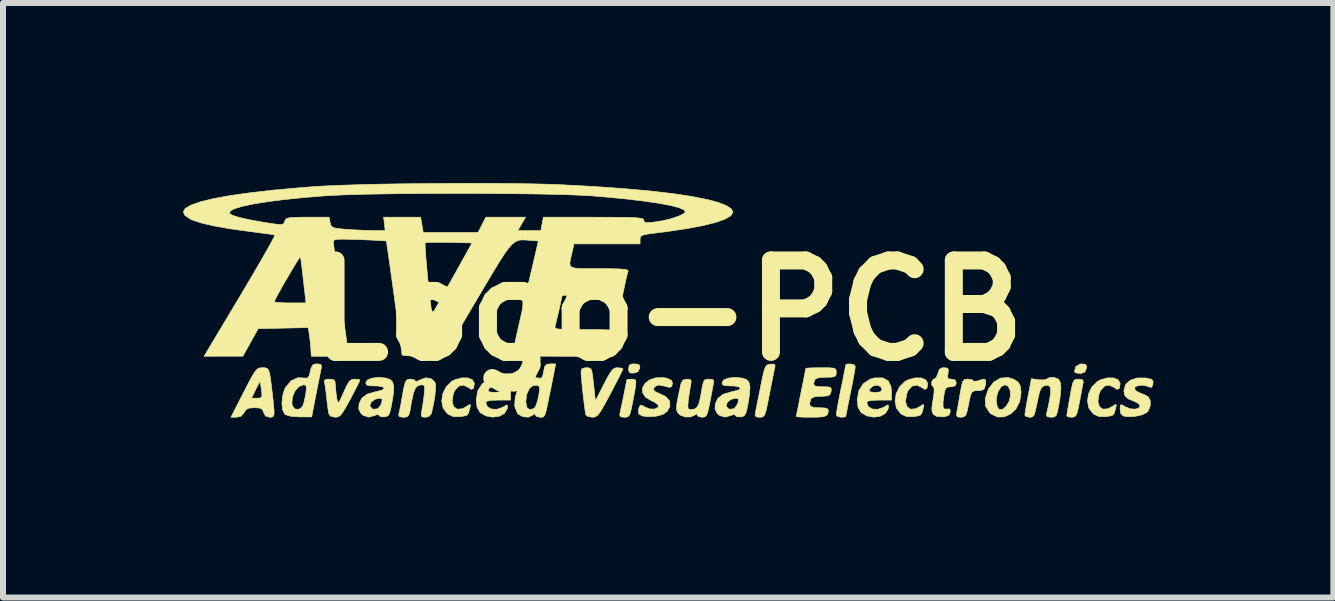
<source format=kicad_pcb>
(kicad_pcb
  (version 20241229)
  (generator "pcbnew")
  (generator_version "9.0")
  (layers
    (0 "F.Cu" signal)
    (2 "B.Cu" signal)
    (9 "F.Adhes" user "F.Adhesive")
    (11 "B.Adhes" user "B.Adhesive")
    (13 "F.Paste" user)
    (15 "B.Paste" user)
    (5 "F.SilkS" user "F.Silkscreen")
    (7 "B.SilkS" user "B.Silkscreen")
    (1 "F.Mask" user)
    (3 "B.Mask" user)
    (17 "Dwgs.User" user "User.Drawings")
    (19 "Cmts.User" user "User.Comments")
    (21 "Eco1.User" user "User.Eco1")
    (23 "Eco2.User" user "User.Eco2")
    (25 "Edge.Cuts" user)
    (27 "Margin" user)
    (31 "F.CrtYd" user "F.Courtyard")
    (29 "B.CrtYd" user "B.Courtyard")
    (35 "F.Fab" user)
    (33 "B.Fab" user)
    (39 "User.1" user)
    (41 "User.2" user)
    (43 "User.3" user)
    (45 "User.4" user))
  (footprint "Logo-PCB"
    (layer "F.Cu")
    (at 8.094 2.126)
    (property "Reference" "Logo-PCB" (at 0 0 0) (layer "F.SilkS") (effects (font (size 1.524 1.524) (thickness 0.3))))
    (attr through_hole)
    (fp_poly (pts (xy -0.502 0.896) (xy -0.48 0.926) (xy -0.482 0.96) (xy -0.512 1.02) (xy -0.579 1.042) (xy -0.643 1.041) (xy -0.665 1.005) (xy -0.667 0.97) (xy -0.657 0.913) (xy -0.616 0.891) (xy -0.569 0.889) (xy -0.502 0.896)) (stroke (width 0.01) (type solid)) (fill yes) (layer "F.SilkS"))
    (fp_poly (pts (xy 6.95 0.897) (xy 6.966 0.932) (xy 6.961 0.968) (xy 6.935 1.028) (xy 6.875 1.047) (xy 6.854 1.048) (xy 6.789 1.039) (xy 6.763 1.019) (xy 6.787 0.933) (xy 6.856 0.892) (xy 6.889 0.889) (xy 6.95 0.897)) (stroke (width 0.01) (type solid)) (fill yes) (layer "F.SilkS"))
    (fp_poly (pts (xy -0.579 1.145) (xy -0.555 1.156) (xy -0.545 1.189) (xy -0.55 1.253) (xy -0.567 1.36) (xy -0.594 1.497) (xy -0.62 1.63) (xy -0.641 1.713) (xy -0.663 1.757) (xy -0.692 1.775) (xy -0.733 1.778) (xy -0.737 1.778) (xy -0.8 1.771) (xy -0.815 1.738) (xy -0.81 1.707) (xy -0.794 1.633) (xy -0.772 1.53) (xy -0.748 1.413) (xy -0.726 1.301) (xy -0.708 1.212) (xy -0.699 1.161) (xy -0.699 1.157) (xy -0.671 1.146) (xy -0.619 1.143) (xy -0.579 1.145)) (stroke (width 0.01) (type solid)) (fill yes) (layer "F.SilkS"))
    (fp_poly (pts (xy 6.895 1.15) (xy 6.912 1.183) (xy 6.907 1.214) (xy 6.893 1.284) (xy 6.873 1.39) (xy 6.857 1.476) (xy 6.83 1.615) (xy 6.809 1.704) (xy 6.787 1.752) (xy 6.759 1.773) (xy 6.72 1.778) (xy 6.713 1.778) (xy 6.654 1.77) (xy 6.636 1.756) (xy 6.641 1.717) (xy 6.655 1.631) (xy 6.676 1.512) (xy 6.689 1.439) (xy 6.714 1.301) (xy 6.734 1.215) (xy 6.754 1.168) (xy 6.781 1.148) (xy 6.82 1.143) (xy 6.832 1.143) (xy 6.895 1.15)) (stroke (width 0.01) (type solid)) (fill yes) (layer "F.SilkS"))
    (fp_poly (pts (xy 1.775 0.92) (xy 1.768 0.958) (xy 1.755 1.018) (xy 1.734 1.124) (xy 1.706 1.262) (xy 1.678 1.405) (xy 1.647 1.562) (xy 1.624 1.668) (xy 1.603 1.732) (xy 1.581 1.764) (xy 1.553 1.776) (xy 1.518 1.778) (xy 1.46 1.773) (xy 1.442 1.743) (xy 1.451 1.675) (xy 1.466 1.6) (xy 1.49 1.482) (xy 1.519 1.339) (xy 1.539 1.238) (xy 1.569 1.091) (xy 1.593 0.994) (xy 1.615 0.938) (xy 1.64 0.909) (xy 1.674 0.897) (xy 1.696 0.894) (xy 1.759 0.893) (xy 1.775 0.92)) (stroke (width 0.01) (type solid)) (fill yes) (layer "F.SilkS"))
    (fp_poly (pts (xy 3.094 0.904) (xy 3.111 0.932) (xy 3.105 0.979) (xy 3.089 1.074) (xy 3.064 1.204) (xy 3.034 1.355) (xy 3.032 1.365) (xy 3.002 1.514) (xy 2.977 1.639) (xy 2.96 1.727) (xy 2.953 1.766) (xy 2.953 1.766) (xy 2.925 1.775) (xy 2.873 1.778) (xy 2.812 1.763) (xy 2.794 1.735) (xy 2.8 1.688) (xy 2.817 1.593) (xy 2.841 1.463) (xy 2.871 1.312) (xy 2.873 1.302) (xy 2.904 1.153) (xy 2.928 1.028) (xy 2.946 0.94) (xy 2.953 0.901) (xy 2.953 0.901) (xy 2.98 0.892) (xy 3.032 0.889) (xy 3.094 0.904)) (stroke (width 0.01) (type solid)) (fill yes) (layer "F.SilkS"))
    (fp_poly (pts (xy -3.347 1.123) (xy -3.272 1.154) (xy -3.239 1.211) (xy -3.239 1.219) (xy -3.251 1.296) (xy -3.287 1.314) (xy -3.338 1.282) (xy -3.419 1.242) (xy -3.498 1.259) (xy -3.563 1.329) (xy -3.59 1.393) (xy -3.608 1.515) (xy -3.584 1.601) (xy -3.525 1.644) (xy -3.439 1.637) (xy -3.368 1.598) (xy -3.316 1.565) (xy -3.302 1.575) (xy -3.316 1.638) (xy -3.335 1.707) (xy -3.359 1.742) (xy -3.409 1.758) (xy -3.482 1.768) (xy -3.587 1.768) (xy -3.673 1.729) (xy -3.691 1.715) (xy -3.759 1.625) (xy -3.782 1.511) (xy -3.764 1.388) (xy -3.709 1.273) (xy -3.62 1.184) (xy -3.565 1.154) (xy -3.45 1.122) (xy -3.347 1.123)) (stroke (width 0.01) (type solid)) (fill yes) (layer "F.SilkS"))
    (fp_poly (pts (xy 4.21 1.123) (xy 4.285 1.154) (xy 4.318 1.211) (xy 4.318 1.219) (xy 4.306 1.296) (xy 4.27 1.314) (xy 4.219 1.282) (xy 4.138 1.242) (xy 4.059 1.259) (xy 3.993 1.329) (xy 3.966 1.393) (xy 3.948 1.515) (xy 3.973 1.601) (xy 4.031 1.644) (xy 4.117 1.637) (xy 4.189 1.598) (xy 4.241 1.565) (xy 4.254 1.575) (xy 4.241 1.638) (xy 4.222 1.707) (xy 4.198 1.742) (xy 4.148 1.758) (xy 4.075 1.768) (xy 3.969 1.768) (xy 3.883 1.729) (xy 3.866 1.715) (xy 3.797 1.625) (xy 3.774 1.511) (xy 3.792 1.388) (xy 3.848 1.273) (xy 3.937 1.184) (xy 3.992 1.154) (xy 4.107 1.122) (xy 4.21 1.123)) (stroke (width 0.01) (type solid)) (fill yes) (layer "F.SilkS"))
    (fp_poly (pts (xy 5.285 1.158) (xy 5.284 1.22) (xy 5.28 1.246) (xy 5.258 1.307) (xy 5.21 1.331) (xy 5.158 1.333) (xy 5.097 1.337) (xy 5.058 1.358) (xy 5.033 1.408) (xy 5.011 1.502) (xy 5.001 1.556) (xy 4.977 1.672) (xy 4.954 1.739) (xy 4.924 1.77) (xy 4.879 1.778) (xy 4.868 1.778) (xy 4.813 1.772) (xy 4.798 1.741) (xy 4.807 1.675) (xy 4.823 1.589) (xy 4.844 1.468) (xy 4.863 1.357) (xy 4.884 1.244) (xy 4.903 1.18) (xy 4.929 1.151) (xy 4.97 1.143) (xy 4.989 1.143) (xy 5.054 1.152) (xy 5.08 1.172) (xy 5.105 1.182) (xy 5.168 1.168) (xy 5.174 1.165) (xy 5.252 1.143) (xy 5.285 1.158)) (stroke (width 0.01) (type solid)) (fill yes) (layer "F.SilkS"))
    (fp_poly (pts (xy 7.416 1.123) (xy 7.492 1.154) (xy 7.524 1.211) (xy 7.525 1.219) (xy 7.513 1.296) (xy 7.477 1.314) (xy 7.425 1.282) (xy 7.344 1.242) (xy 7.265 1.259) (xy 7.2 1.329) (xy 7.173 1.393) (xy 7.155 1.515) (xy 7.179 1.601) (xy 7.238 1.644) (xy 7.324 1.637) (xy 7.395 1.598) (xy 7.447 1.565) (xy 7.461 1.575) (xy 7.448 1.638) (xy 7.429 1.707) (xy 7.404 1.742) (xy 7.354 1.758) (xy 7.281 1.768) (xy 7.176 1.768) (xy 7.09 1.729) (xy 7.072 1.715) (xy 7.004 1.625) (xy 6.981 1.511) (xy 6.999 1.388) (xy 7.054 1.273) (xy 7.144 1.184) (xy 7.199 1.154) (xy 7.314 1.122) (xy 7.416 1.123)) (stroke (width 0.01) (type solid)) (fill yes) (layer "F.SilkS"))
    (fp_poly (pts (xy 5.757 1.148) (xy 5.827 1.195) (xy 5.862 1.257) (xy 5.873 1.354) (xy 5.873 1.381) (xy 5.85 1.522) (xy 5.789 1.639) (xy 5.699 1.724) (xy 5.593 1.772) (xy 5.482 1.774) (xy 5.376 1.724) (xy 5.348 1.7) (xy 5.283 1.594) (xy 5.278 1.494) (xy 5.461 1.494) (xy 5.475 1.599) (xy 5.513 1.651) (xy 5.569 1.645) (xy 5.626 1.595) (xy 5.677 1.51) (xy 5.698 1.413) (xy 5.691 1.324) (xy 5.657 1.26) (xy 5.605 1.238) (xy 5.545 1.267) (xy 5.496 1.34) (xy 5.465 1.44) (xy 5.461 1.494) (xy 5.278 1.494) (xy 5.277 1.464) (xy 5.329 1.312) (xy 5.331 1.307) (xy 5.419 1.192) (xy 5.532 1.126) (xy 5.658 1.115) (xy 5.757 1.148)) (stroke (width 0.01) (type solid)) (fill yes) (layer "F.SilkS"))
    (fp_poly (pts (xy -0.034 1.127) (xy 0.043 1.161) (xy 0.064 1.204) (xy 0.053 1.265) (xy 0.012 1.281) (xy -0.066 1.259) (xy -0.163 1.241) (xy -0.211 1.256) (xy -0.255 1.302) (xy -0.236 1.345) (xy -0.167 1.377) (xy -0.046 1.435) (xy 0.018 1.51) (xy 0.021 1.599) (xy -0.025 1.682) (xy -0.099 1.732) (xy -0.213 1.762) (xy -0.345 1.769) (xy -0.437 1.757) (xy -0.496 1.725) (xy -0.505 1.659) (xy -0.489 1.607) (xy -0.47 1.576) (xy -0.435 1.583) (xy -0.396 1.607) (xy -0.314 1.64) (xy -0.233 1.642) (xy -0.176 1.613) (xy -0.167 1.596) (xy -0.185 1.561) (xy -0.249 1.52) (xy -0.284 1.505) (xy -0.386 1.443) (xy -0.434 1.368) (xy -0.435 1.29) (xy -0.395 1.216) (xy -0.319 1.157) (xy -0.214 1.121) (xy -0.085 1.118) (xy -0.034 1.127)) (stroke (width 0.01) (type solid)) (fill yes) (layer "F.SilkS"))
    (fp_poly (pts (xy -5.168 1.148) (xy -5.144 1.158) (xy -5.158 1.191) (xy -5.196 1.267) (xy -5.252 1.375) (xy -5.305 1.476) (xy -5.379 1.61) (xy -5.432 1.698) (xy -5.473 1.749) (xy -5.511 1.772) (xy -5.553 1.778) (xy -5.557 1.778) (xy -5.636 1.759) (xy -5.663 1.722) (xy -5.674 1.663) (xy -5.688 1.563) (xy -5.699 1.46) (xy -5.712 1.344) (xy -5.726 1.248) (xy -5.735 1.199) (xy -5.734 1.159) (xy -5.689 1.144) (xy -5.654 1.143) (xy -5.59 1.149) (xy -5.561 1.178) (xy -5.553 1.25) (xy -5.552 1.262) (xy -5.544 1.372) (xy -5.529 1.473) (xy -5.528 1.476) (xy -5.516 1.522) (xy -5.502 1.533) (xy -5.48 1.502) (xy -5.443 1.424) (xy -5.414 1.357) (xy -5.362 1.246) (xy -5.323 1.181) (xy -5.285 1.151) (xy -5.238 1.143) (xy -5.232 1.143) (xy -5.168 1.148)) (stroke (width 0.01) (type solid)) (fill yes) (layer "F.SilkS"))
    (fp_poly (pts (xy -0.786 0.959) (xy -0.762 0.973) (xy -0.776 1.007) (xy -0.815 1.086) (xy -0.873 1.2) (xy -0.945 1.337) (xy -0.97 1.386) (xy -1.054 1.542) (xy -1.115 1.65) (xy -1.161 1.719) (xy -1.198 1.757) (xy -1.232 1.774) (xy -1.271 1.778) (xy -1.273 1.778) (xy -1.344 1.766) (xy -1.38 1.738) (xy -1.389 1.689) (xy -1.402 1.593) (xy -1.418 1.469) (xy -1.433 1.332) (xy -1.446 1.201) (xy -1.456 1.092) (xy -1.46 1.023) (xy -1.46 1.019) (xy -1.446 0.97) (xy -1.39 0.953) (xy -1.37 0.953) (xy -1.327 0.955) (xy -1.298 0.969) (xy -1.28 1.008) (xy -1.267 1.084) (xy -1.252 1.21) (xy -1.25 1.23) (xy -1.221 1.508) (xy -1.08 1.23) (xy -1.012 1.101) (xy -0.963 1.02) (xy -0.924 0.975) (xy -0.885 0.956) (xy -0.85 0.953) (xy -0.786 0.959)) (stroke (width 0.01) (type solid)) (fill yes) (layer "F.SilkS"))
    (fp_poly (pts (xy -2.782 1.122) (xy -2.692 1.17) (xy -2.644 1.266) (xy -2.635 1.35) (xy -2.635 1.492) (xy -2.842 1.492) (xy -2.963 1.497) (xy -3.029 1.511) (xy -3.048 1.534) (xy -3.022 1.602) (xy -2.955 1.641) (xy -2.864 1.646) (xy -2.767 1.613) (xy -2.749 1.602) (xy -2.697 1.572) (xy -2.684 1.586) (xy -2.691 1.637) (xy -2.735 1.712) (xy -2.821 1.761) (xy -2.932 1.777) (xy -3.048 1.755) (xy -3.142 1.7) (xy -3.193 1.611) (xy -3.207 1.488) (xy -3.18 1.336) (xy -3.175 1.328) (xy -3.009 1.328) (xy -2.991 1.355) (xy -2.915 1.365) (xy -2.908 1.365) (xy -2.825 1.356) (xy -2.795 1.325) (xy -2.794 1.317) (xy -2.817 1.265) (xy -2.873 1.245) (xy -2.939 1.256) (xy -2.993 1.298) (xy -3.009 1.328) (xy -3.175 1.328) (xy -3.105 1.218) (xy -2.989 1.142) (xy -2.914 1.122) (xy -2.782 1.122)) (stroke (width 0.01) (type solid)) (fill yes) (layer "F.SilkS"))
    (fp_poly (pts (xy 3.568 1.122) (xy 3.658 1.17) (xy 3.706 1.266) (xy 3.715 1.35) (xy 3.715 1.492) (xy 3.508 1.492) (xy 3.387 1.497) (xy 3.321 1.511) (xy 3.302 1.534) (xy 3.328 1.602) (xy 3.395 1.641) (xy 3.486 1.646) (xy 3.583 1.613) (xy 3.601 1.602) (xy 3.653 1.572) (xy 3.666 1.586) (xy 3.659 1.637) (xy 3.615 1.712) (xy 3.529 1.761) (xy 3.418 1.777) (xy 3.302 1.755) (xy 3.208 1.7) (xy 3.157 1.611) (xy 3.143 1.488) (xy 3.17 1.336) (xy 3.175 1.328) (xy 3.341 1.328) (xy 3.359 1.355) (xy 3.435 1.365) (xy 3.442 1.365) (xy 3.525 1.356) (xy 3.555 1.325) (xy 3.556 1.317) (xy 3.533 1.265) (xy 3.477 1.245) (xy 3.411 1.256) (xy 3.357 1.298) (xy 3.341 1.328) (xy 3.175 1.328) (xy 3.245 1.218) (xy 3.361 1.142) (xy 3.436 1.122) (xy 3.568 1.122)) (stroke (width 0.01) (type solid)) (fill yes) (layer "F.SilkS"))
    (fp_poly (pts (xy 6.424 1.115) (xy 6.49 1.139) (xy 6.502 1.149) (xy 6.531 1.206) (xy 6.538 1.302) (xy 6.525 1.446) (xy 6.503 1.576) (xy 6.481 1.685) (xy 6.461 1.745) (xy 6.432 1.772) (xy 6.386 1.778) (xy 6.374 1.778) (xy 6.31 1.77) (xy 6.295 1.739) (xy 6.298 1.722) (xy 6.313 1.662) (xy 6.334 1.564) (xy 6.351 1.481) (xy 6.369 1.351) (xy 6.36 1.274) (xy 6.321 1.244) (xy 6.26 1.252) (xy 6.216 1.284) (xy 6.183 1.355) (xy 6.159 1.454) (xy 6.129 1.599) (xy 6.107 1.692) (xy 6.088 1.746) (xy 6.066 1.771) (xy 6.037 1.778) (xy 6.013 1.778) (xy 5.955 1.765) (xy 5.937 1.741) (xy 5.943 1.695) (xy 5.958 1.603) (xy 5.98 1.481) (xy 5.992 1.42) (xy 6.046 1.136) (xy 6.166 1.153) (xy 6.248 1.156) (xy 6.299 1.145) (xy 6.304 1.14) (xy 6.351 1.115) (xy 6.424 1.115)) (stroke (width 0.01) (type solid)) (fill yes) (layer "F.SilkS"))
    (fp_poly (pts (xy 4.649 0.959) (xy 4.664 0.992) (xy 4.656 1.048) (xy 4.649 1.114) (xy 4.672 1.14) (xy 4.716 1.143) (xy 4.778 1.158) (xy 4.794 1.206) (xy 4.778 1.254) (xy 4.721 1.27) (xy 4.703 1.27) (xy 4.642 1.278) (xy 4.61 1.313) (xy 4.592 1.389) (xy 4.574 1.522) (xy 4.574 1.603) (xy 4.593 1.64) (xy 4.633 1.642) (xy 4.637 1.641) (xy 4.686 1.64) (xy 4.694 1.681) (xy 4.693 1.693) (xy 4.671 1.743) (xy 4.611 1.767) (xy 4.569 1.772) (xy 4.462 1.762) (xy 4.413 1.73) (xy 4.391 1.688) (xy 4.387 1.625) (xy 4.4 1.523) (xy 4.408 1.483) (xy 4.425 1.359) (xy 4.423 1.29) (xy 4.413 1.275) (xy 4.385 1.241) (xy 4.385 1.187) (xy 4.409 1.147) (xy 4.425 1.143) (xy 4.461 1.115) (xy 4.488 1.049) (xy 4.488 1.048) (xy 4.513 0.978) (xy 4.563 0.954) (xy 4.591 0.953) (xy 4.649 0.959)) (stroke (width 0.01) (type solid)) (fill yes) (layer "F.SilkS"))
    (fp_poly (pts (xy 7.953 1.124) (xy 7.966 1.127) (xy 8.044 1.145) (xy 8.074 1.173) (xy 8.072 1.224) (xy 8.053 1.277) (xy 8.016 1.277) (xy 7.996 1.267) (xy 7.921 1.245) (xy 7.841 1.247) (xy 7.781 1.268) (xy 7.763 1.299) (xy 7.79 1.339) (xy 7.855 1.374) (xy 7.858 1.375) (xy 7.939 1.407) (xy 7.993 1.437) (xy 8.027 1.5) (xy 8.027 1.586) (xy 7.995 1.669) (xy 7.971 1.697) (xy 7.896 1.736) (xy 7.787 1.761) (xy 7.67 1.769) (xy 7.58 1.758) (xy 7.535 1.714) (xy 7.525 1.645) (xy 7.528 1.579) (xy 7.548 1.568) (xy 7.604 1.6) (xy 7.606 1.602) (xy 7.685 1.635) (xy 7.768 1.644) (xy 7.832 1.628) (xy 7.858 1.59) (xy 7.831 1.55) (xy 7.766 1.515) (xy 7.763 1.514) (xy 7.659 1.471) (xy 7.605 1.418) (xy 7.588 1.343) (xy 7.588 1.335) (xy 7.616 1.234) (xy 7.693 1.162) (xy 7.809 1.124) (xy 7.953 1.124)) (stroke (width 0.01) (type solid)) (fill yes) (layer "F.SilkS"))
    (fp_poly (pts (xy -5.796 0.897) (xy -5.784 0.934) (xy -5.789 0.96) (xy -5.802 1.019) (xy -5.823 1.125) (xy -5.85 1.262) (xy -5.878 1.403) (xy -5.949 1.773) (xy -6.151 1.772) (xy -6.297 1.762) (xy -6.385 1.736) (xy -6.399 1.725) (xy -6.434 1.652) (xy -6.445 1.545) (xy -6.445 1.543) (xy -6.279 1.543) (xy -6.27 1.59) (xy -6.228 1.64) (xy -6.166 1.647) (xy -6.109 1.609) (xy -6.1 1.595) (xy -6.078 1.531) (xy -6.056 1.434) (xy -6.048 1.389) (xy -6.037 1.298) (xy -6.043 1.254) (xy -6.069 1.239) (xy -6.087 1.238) (xy -6.163 1.267) (xy -6.227 1.34) (xy -6.269 1.438) (xy -6.279 1.543) (xy -6.445 1.543) (xy -6.434 1.424) (xy -6.401 1.313) (xy -6.383 1.28) (xy -6.29 1.169) (xy -6.18 1.12) (xy -6.093 1.123) (xy -6.026 1.128) (xy -5.994 1.096) (xy -5.983 1.055) (xy -5.959 0.958) (xy -5.934 0.909) (xy -5.897 0.891) (xy -5.855 0.889) (xy -5.796 0.897)) (stroke (width 0.01) (type solid)) (fill yes) (layer "F.SilkS"))
    (fp_poly (pts (xy -3.962 1.133) (xy -3.9 1.187) (xy -3.887 1.22) (xy -3.884 1.293) (xy -3.894 1.407) (xy -3.915 1.542) (xy -3.945 1.678) (xy -3.957 1.722) (xy -4 1.768) (xy -4.054 1.778) (xy -4.109 1.772) (xy -4.124 1.74) (xy -4.115 1.676) (xy -4.099 1.584) (xy -4.082 1.465) (xy -4.075 1.407) (xy -4.066 1.309) (xy -4.07 1.259) (xy -4.093 1.24) (xy -4.119 1.238) (xy -4.177 1.25) (xy -4.22 1.292) (xy -4.253 1.374) (xy -4.282 1.506) (xy -4.29 1.549) (xy -4.31 1.667) (xy -4.329 1.735) (xy -4.353 1.768) (xy -4.391 1.777) (xy -4.42 1.778) (xy -4.485 1.77) (xy -4.5 1.74) (xy -4.496 1.722) (xy -4.483 1.663) (xy -4.463 1.564) (xy -4.445 1.46) (xy -4.42 1.317) (xy -4.398 1.225) (xy -4.377 1.172) (xy -4.349 1.149) (xy -4.31 1.143) (xy -4.3 1.143) (xy -4.241 1.154) (xy -4.223 1.175) (xy -4.201 1.183) (xy -4.147 1.158) (xy -4.144 1.156) (xy -4.049 1.121) (xy -3.962 1.133)) (stroke (width 0.01) (type solid)) (fill yes) (layer "F.SilkS"))
    (fp_poly (pts (xy -6.724 0.954) (xy -6.691 0.965) (xy -6.667 0.994) (xy -6.649 1.053) (xy -6.633 1.151) (xy -6.615 1.298) (xy -6.605 1.381) (xy -6.587 1.545) (xy -6.577 1.656) (xy -6.576 1.725) (xy -6.587 1.761) (xy -6.609 1.775) (xy -6.644 1.778) (xy -6.651 1.778) (xy -6.719 1.758) (xy -6.75 1.699) (xy -6.771 1.648) (xy -6.815 1.625) (xy -6.9 1.619) (xy -6.904 1.619) (xy -6.995 1.626) (xy -7.046 1.652) (xy -7.074 1.699) (xy -7.126 1.762) (xy -7.203 1.778) (xy -7.295 1.778) (xy -7.133 1.46) (xy -6.952 1.46) (xy -6.861 1.46) (xy -6.804 1.457) (xy -6.78 1.434) (xy -6.78 1.374) (xy -6.786 1.326) (xy -6.798 1.241) (xy -6.807 1.19) (xy -6.809 1.183) (xy -6.824 1.205) (xy -6.858 1.268) (xy -6.883 1.318) (xy -6.952 1.46) (xy -7.133 1.46) (xy -7.084 1.366) (xy -7.002 1.205) (xy -6.941 1.093) (xy -6.896 1.02) (xy -6.86 0.978) (xy -6.827 0.959) (xy -6.789 0.953) (xy -6.771 0.953) (xy -6.724 0.954)) (stroke (width 0.01) (type solid)) (fill yes) (layer "F.SilkS"))
    (fp_poly (pts (xy 0.736 1.15) (xy 0.753 1.182) (xy 0.748 1.214) (xy 0.734 1.284) (xy 0.714 1.39) (xy 0.698 1.476) (xy 0.671 1.615) (xy 0.649 1.704) (xy 0.627 1.752) (xy 0.6 1.773) (xy 0.56 1.778) (xy 0.553 1.778) (xy 0.495 1.765) (xy 0.476 1.74) (xy 0.467 1.718) (xy 0.438 1.74) (xy 0.367 1.773) (xy 0.274 1.773) (xy 0.192 1.741) (xy 0.177 1.728) (xy 0.15 1.697) (xy 0.134 1.662) (xy 0.131 1.611) (xy 0.14 1.533) (xy 0.162 1.418) (xy 0.198 1.255) (xy 0.207 1.214) (xy 0.241 1.158) (xy 0.306 1.143) (xy 0.361 1.149) (xy 0.377 1.179) (xy 0.367 1.246) (xy 0.35 1.344) (xy 0.332 1.462) (xy 0.327 1.5) (xy 0.32 1.593) (xy 0.328 1.639) (xy 0.356 1.651) (xy 0.358 1.651) (xy 0.428 1.643) (xy 0.476 1.609) (xy 0.509 1.54) (xy 0.535 1.422) (xy 0.542 1.378) (xy 0.563 1.259) (xy 0.581 1.188) (xy 0.604 1.155) (xy 0.64 1.144) (xy 0.672 1.143) (xy 0.736 1.15)) (stroke (width 0.01) (type solid)) (fill yes) (layer "F.SilkS"))
    (fp_poly (pts (xy -4.719 1.124) (xy -4.715 1.125) (xy -4.643 1.149) (xy -4.599 1.193) (xy -4.582 1.269) (xy -4.588 1.387) (xy -4.61 1.527) (xy -4.633 1.647) (xy -4.653 1.718) (xy -4.679 1.754) (xy -4.717 1.769) (xy -4.739 1.772) (xy -4.802 1.769) (xy -4.826 1.747) (xy -4.844 1.728) (xy -4.887 1.745) (xy -4.997 1.776) (xy -5.091 1.747) (xy -5.126 1.717) (xy -5.165 1.643) (xy -5.161 1.583) (xy -4.979 1.583) (xy -4.975 1.599) (xy -4.93 1.645) (xy -4.861 1.639) (xy -4.838 1.627) (xy -4.801 1.58) (xy -4.781 1.532) (xy -4.774 1.477) (xy -4.808 1.461) (xy -4.818 1.46) (xy -4.898 1.48) (xy -4.958 1.526) (xy -4.979 1.583) (xy -5.161 1.583) (xy -5.16 1.557) (xy -5.115 1.461) (xy -5.026 1.394) (xy -4.886 1.353) (xy -4.864 1.349) (xy -4.773 1.325) (xy -4.741 1.297) (xy -4.766 1.272) (xy -4.845 1.257) (xy -4.901 1.256) (xy -4.993 1.253) (xy -5.037 1.237) (xy -5.048 1.202) (xy -5.02 1.157) (xy -4.945 1.127) (xy -4.839 1.114) (xy -4.719 1.124)) (stroke (width 0.01) (type solid)) (fill yes) (layer "F.SilkS"))
    (fp_poly (pts (xy -1.956 1.262) (xy -1.995 1.452) (xy -2.023 1.589) (xy -2.044 1.681) (xy -2.063 1.737) (xy -2.081 1.766) (xy -2.101 1.777) (xy -2.128 1.778) (xy -2.144 1.778) (xy -2.203 1.765) (xy -2.223 1.74) (xy -2.232 1.718) (xy -2.261 1.74) (xy -2.336 1.776) (xy -2.427 1.77) (xy -2.506 1.727) (xy -2.522 1.707) (xy -2.567 1.592) (xy -2.562 1.521) (xy -2.381 1.521) (xy -2.365 1.613) (xy -2.319 1.652) (xy -2.249 1.635) (xy -2.236 1.627) (xy -2.211 1.584) (xy -2.184 1.501) (xy -2.168 1.434) (xy -2.152 1.332) (xy -2.153 1.276) (xy -2.174 1.25) (xy -2.179 1.248) (xy -2.256 1.247) (xy -2.321 1.299) (xy -2.365 1.394) (xy -2.381 1.521) (xy -2.562 1.521) (xy -2.557 1.448) (xy -2.52 1.333) (xy -2.446 1.215) (xy -2.343 1.141) (xy -2.225 1.118) (xy -2.19 1.122) (xy -2.133 1.128) (xy -2.104 1.105) (xy -2.087 1.037) (xy -2.083 1.014) (xy -2.065 0.933) (xy -2.035 0.897) (xy -1.977 0.889) (xy -1.972 0.889) (xy -1.882 0.889) (xy -1.956 1.262)) (stroke (width 0.01) (type solid)) (fill yes) (layer "F.SilkS"))
    (fp_poly (pts (xy 1.218 1.124) (xy 1.222 1.125) (xy 1.295 1.149) (xy 1.338 1.193) (xy 1.356 1.269) (xy 1.349 1.387) (xy 1.328 1.527) (xy 1.305 1.647) (xy 1.284 1.718) (xy 1.258 1.754) (xy 1.221 1.769) (xy 1.198 1.772) (xy 1.135 1.769) (xy 1.111 1.747) (xy 1.094 1.728) (xy 1.05 1.745) (xy 0.94 1.776) (xy 0.846 1.747) (xy 0.812 1.717) (xy 0.773 1.643) (xy 0.776 1.583) (xy 0.959 1.583) (xy 0.962 1.599) (xy 1.007 1.645) (xy 1.076 1.639) (xy 1.099 1.627) (xy 1.136 1.58) (xy 1.157 1.532) (xy 1.163 1.477) (xy 1.129 1.461) (xy 1.119 1.46) (xy 1.04 1.48) (xy 0.98 1.526) (xy 0.959 1.583) (xy 0.776 1.583) (xy 0.778 1.557) (xy 0.822 1.461) (xy 0.911 1.394) (xy 1.052 1.353) (xy 1.073 1.349) (xy 1.165 1.325) (xy 1.197 1.297) (xy 1.171 1.272) (xy 1.092 1.257) (xy 1.037 1.256) (xy 0.944 1.253) (xy 0.9 1.237) (xy 0.889 1.202) (xy 0.918 1.157) (xy 0.993 1.127) (xy 1.098 1.114) (xy 1.218 1.124)) (stroke (width 0.01) (type solid)) (fill yes) (layer "F.SilkS"))
    (fp_poly (pts (xy 2.666 0.953) (xy 2.741 0.959) (xy 2.779 0.972) (xy 2.792 0.998) (xy 2.794 1.032) (xy 2.789 1.078) (xy 2.765 1.101) (xy 2.705 1.11) (xy 2.623 1.111) (xy 2.512 1.117) (xy 2.452 1.137) (xy 2.432 1.161) (xy 2.416 1.223) (xy 2.436 1.256) (xy 2.501 1.269) (xy 2.567 1.27) (xy 2.659 1.272) (xy 2.702 1.284) (xy 2.712 1.315) (xy 2.707 1.349) (xy 2.691 1.398) (xy 2.655 1.421) (xy 2.58 1.428) (xy 2.54 1.429) (xy 2.434 1.436) (xy 2.38 1.462) (xy 2.369 1.479) (xy 2.348 1.556) (xy 2.367 1.599) (xy 2.433 1.617) (xy 2.508 1.619) (xy 2.608 1.624) (xy 2.656 1.643) (xy 2.662 1.684) (xy 2.648 1.728) (xy 2.624 1.754) (xy 2.571 1.77) (xy 2.475 1.777) (xy 2.378 1.778) (xy 2.261 1.777) (xy 2.173 1.773) (xy 2.129 1.768) (xy 2.127 1.766) (xy 2.133 1.733) (xy 2.15 1.649) (xy 2.174 1.528) (xy 2.203 1.381) (xy 2.207 1.365) (xy 2.237 1.216) (xy 2.262 1.092) (xy 2.279 1.004) (xy 2.286 0.965) (xy 2.286 0.964) (xy 2.315 0.959) (xy 2.393 0.955) (xy 2.504 0.953) (xy 2.54 0.953) (xy 2.666 0.953)) (stroke (width 0.01) (type solid)) (fill yes) (layer "F.SilkS"))
    (fp_poly (pts (xy -2.946 -2.12) (xy -2.597 -2.117) (xy -2.278 -2.112) (xy -2 -2.105) (xy -1.81 -2.098) (xy -1.262 -2.069) (xy -0.767 -2.034) (xy -0.326 -1.995) (xy 0.059 -1.951) (xy 0.385 -1.902) (xy 0.652 -1.849) (xy 0.814 -1.806) (xy 0.962 -1.75) (xy 1.048 -1.693) (xy 1.072 -1.636) (xy 1.036 -1.58) (xy 0.94 -1.524) (xy 0.785 -1.469) (xy 0.572 -1.416) (xy 0.303 -1.365) (xy -0.023 -1.317) (xy -0.167 -1.299) (xy -0.309 -1.281) (xy -0.399 -1.266) (xy -0.449 -1.249) (xy -0.471 -1.226) (xy -0.476 -1.193) (xy -0.476 -1.187) (xy -0.476 -1.111) (xy -1.577 -1.111) (xy -1.614 -0.95) (xy -1.636 -0.856) (xy -1.647 -0.789) (xy -1.639 -0.744) (xy -1.603 -0.717) (xy -1.532 -0.703) (xy -1.417 -0.699) (xy -1.251 -0.698) (xy -1.155 -0.699) (xy -0.961 -0.697) (xy -0.824 -0.694) (xy -0.735 -0.687) (xy -0.687 -0.676) (xy -0.675 -0.661) (xy -0.675 -0.658) (xy -0.69 -0.606) (xy -0.712 -0.515) (xy -0.729 -0.436) (xy -0.767 -0.254) (xy -1.773 -0.254) (xy -1.824 -0.024) (xy -1.852 0.097) (xy -1.876 0.198) (xy -1.892 0.259) (xy -1.893 0.262) (xy -1.894 0.282) (xy -1.88 0.297) (xy -1.842 0.307) (xy -1.77 0.313) (xy -1.658 0.316) (xy -1.495 0.317) (xy -1.364 0.318) (xy -1.159 0.318) (xy -1.011 0.322) (xy -0.912 0.328) (xy -0.855 0.337) (xy -0.834 0.35) (xy -0.834 0.358) (xy -0.849 0.41) (xy -0.87 0.501) (xy -0.888 0.58) (xy -0.925 0.762) (xy -1.764 0.762) (xy -2.029 0.761) (xy -2.235 0.759) (xy -2.39 0.755) (xy -2.498 0.749) (xy -2.565 0.741) (xy -2.597 0.73) (xy -2.602 0.722) (xy -2.594 0.682) (xy -2.574 0.589) (xy -2.543 0.449) (xy -2.503 0.272) (xy -2.456 0.065) (xy -2.403 -0.164) (xy -2.386 -0.238) (xy -2.171 -1.159) (xy -2.299 -1.169) (xy -2.377 -1.175) (xy -2.442 -1.178) (xy -2.498 -1.171) (xy -2.55 -1.15) (xy -2.603 -1.11) (xy -2.662 -1.046) (xy -2.73 -0.953) (xy -2.813 -0.825) (xy -2.915 -0.658) (xy -3.041 -0.447) (xy -3.193 -0.19) (xy -3.756 0.762) (xy -4.1 0.762) (xy -4.24 0.76) (xy -4.352 0.754) (xy -4.425 0.746) (xy -4.445 0.738) (xy -4.449 0.697) (xy -4.461 0.603) (xy -4.479 0.467) (xy -4.501 0.298) (xy -4.527 0.105) (xy -4.555 -0.101) (xy -4.584 -0.313) (xy -4.613 -0.52) (xy -4.64 -0.713) (xy -4.664 -0.883) (xy -4.684 -1.02) (xy -4.695 -1.093) (xy -4.059 -1.093) (xy -4.055 -1.008) (xy -4.046 -0.884) (xy -4.033 -0.735) (xy -4.018 -0.572) (xy -4.002 -0.409) (xy -3.985 -0.257) (xy -3.97 -0.129) (xy -3.957 -0.038) (xy -3.948 0) (xy -3.931 0.026) (xy -3.905 -0.003) (xy -3.897 -0.016) (xy -3.87 -0.063) (xy -3.819 -0.156) (xy -3.747 -0.284) (xy -3.661 -0.437) (xy -3.568 -0.603) (xy -3.276 -1.127) (xy -3.658 -1.136) (xy -3.808 -1.138) (xy -3.933 -1.137) (xy -4.02 -1.134) (xy -4.057 -1.128) (xy -4.058 -1.128) (xy -4.059 -1.093) (xy -4.695 -1.093) (xy -4.698 -1.115) (xy -4.705 -1.158) (xy -4.706 -1.159) (xy -4.739 -1.163) (xy -4.824 -1.168) (xy -4.949 -1.174) (xy -5.102 -1.181) (xy -5.151 -1.183) (xy -5.326 -1.188) (xy -5.448 -1.19) (xy -5.525 -1.186) (xy -5.567 -1.177) (xy -5.585 -1.162) (xy -5.588 -1.146) (xy -5.584 -1.102) (xy -5.572 -1.004) (xy -5.553 -0.859) (xy -5.529 -0.677) (xy -5.501 -0.465) (xy -5.469 -0.233) (xy -5.461 -0.175) (xy -5.429 0.059) (xy -5.4 0.271) (xy -5.374 0.455) (xy -5.354 0.601) (xy -5.341 0.702) (xy -5.334 0.75) (xy -5.334 0.753) (xy -5.363 0.757) (xy -5.443 0.76) (xy -5.559 0.762) (xy -5.645 0.762) (xy -5.956 0.762) (xy -5.963 0.643) (xy -5.973 0.524) (xy -5.988 0.405) (xy -5.988 0.404) (xy -6.007 0.284) (xy -6.424 0.293) (xy -6.841 0.302) (xy -7.096 0.761) (xy -7.419 0.761) (xy -7.743 0.762) (xy -7.199 -0.147) (xy -6.572 -0.147) (xy -6.543 -0.138) (xy -6.465 -0.131) (xy -6.353 -0.127) (xy -6.308 -0.127) (xy -6.044 -0.127) (xy -6.087 -0.5) (xy -6.104 -0.648) (xy -6.119 -0.772) (xy -6.13 -0.859) (xy -6.136 -0.896) (xy -6.153 -0.878) (xy -6.194 -0.816) (xy -6.251 -0.722) (xy -6.319 -0.608) (xy -6.391 -0.486) (xy -6.458 -0.367) (xy -6.516 -0.263) (xy -6.556 -0.186) (xy -6.572 -0.147) (xy -6.572 -0.147) (xy -7.199 -0.147) (xy -7.14 -0.246) (xy -7.005 -0.474) (xy -6.881 -0.684) (xy -6.773 -0.871) (xy -6.683 -1.028) (xy -6.616 -1.149) (xy -6.575 -1.229) (xy -6.563 -1.26) (xy -6.563 -1.26) (xy -6.602 -1.267) (xy -6.692 -1.279) (xy -6.819 -1.296) (xy -6.97 -1.316) (xy -6.985 -1.318) (xy -7.31 -1.363) (xy -7.575 -1.41) (xy -7.781 -1.457) (xy -7.932 -1.507) (xy -7.978 -1.528) (xy -8.064 -1.588) (xy -8.079 -1.623) (xy -7.32 -1.623) (xy -7.318 -1.619) (xy -7.269 -1.588) (xy -7.161 -1.553) (xy -6.999 -1.516) (xy -6.785 -1.477) (xy -6.763 -1.473) (xy -6.613 -1.449) (xy -6.514 -1.436) (xy -6.455 -1.434) (xy -6.423 -1.444) (xy -6.407 -1.466) (xy -6.398 -1.492) (xy -6.384 -1.52) (xy -6.357 -1.538) (xy -6.304 -1.549) (xy -6.215 -1.554) (xy -6.078 -1.556) (xy -6.018 -1.556) (xy -5.659 -1.556) (xy -5.641 -1.465) (xy -5.629 -1.42) (xy -5.605 -1.391) (xy -5.556 -1.374) (xy -5.466 -1.362) (xy -5.379 -1.354) (xy -5.223 -1.344) (xy -5.057 -1.336) (xy -4.929 -1.333) (xy -4.724 -1.333) (xy -4.737 -1.445) (xy -4.75 -1.556) (xy -4.133 -1.556) (xy -4.112 -1.429) (xy -4.09 -1.302) (xy -3.176 -1.302) (xy -3.111 -1.429) (xy -3.047 -1.556) (xy -2.383 -1.556) (xy -2.449 -1.445) (xy -2.515 -1.333) (xy -2.13 -1.333) (xy -2.088 -1.556) (xy -1.251 -1.556) (xy -0.997 -1.555) (xy -0.799 -1.554) (xy -0.652 -1.552) (xy -0.547 -1.547) (xy -0.477 -1.54) (xy -0.436 -1.531) (xy -0.417 -1.519) (xy -0.413 -1.504) (xy -0.404 -1.476) (xy -0.369 -1.465) (xy -0.292 -1.469) (xy -0.23 -1.476) (xy -0.089 -1.499) (xy 0.047 -1.533) (xy 0.164 -1.572) (xy 0.246 -1.611) (xy 0.278 -1.641) (xy 0.258 -1.677) (xy 0.177 -1.713) (xy 0.039 -1.75) (xy -0.152 -1.786) (xy -0.395 -1.822) (xy -0.685 -1.857) (xy -1.021 -1.89) (xy -1.27 -1.911) (xy -1.446 -1.921) (xy -1.676 -1.93) (xy -1.953 -1.938) (xy -2.268 -1.944) (xy -2.612 -1.948) (xy -2.976 -1.951) (xy -3.353 -1.953) (xy -3.734 -1.953) (xy -4.11 -1.951) (xy -4.472 -1.948) (xy -4.813 -1.943) (xy -5.122 -1.937) (xy -5.393 -1.929) (xy -5.616 -1.919) (xy -5.747 -1.911) (xy -6.097 -1.882) (xy -6.412 -1.849) (xy -6.686 -1.814) (xy -6.916 -1.777) (xy -7.098 -1.739) (xy -7.229 -1.7) (xy -7.304 -1.661) (xy -7.32 -1.623) (xy -8.079 -1.623) (xy -8.089 -1.647) (xy -8.052 -1.705) (xy -7.954 -1.76) (xy -7.798 -1.814) (xy -7.583 -1.866) (xy -7.312 -1.916) (xy -6.984 -1.962) (xy -6.602 -2.006) (xy -6.165 -2.046) (xy -5.921 -2.065) (xy -5.719 -2.077) (xy -5.463 -2.088) (xy -5.161 -2.098) (xy -4.825 -2.106) (xy -4.463 -2.112) (xy -4.085 -2.116) (xy -3.7 -2.119) (xy -3.317 -2.121) (xy -2.946 -2.12)) (stroke (width 0.01) (type solid)) (fill yes) (layer "F.SilkS")))
  (gr_rect
    (start -3 -3)
    (end 19.173 6.909)
    (stroke (width 0.1) (type default))
    (fill no)
    (layer "Edge.Cuts")))
</source>
